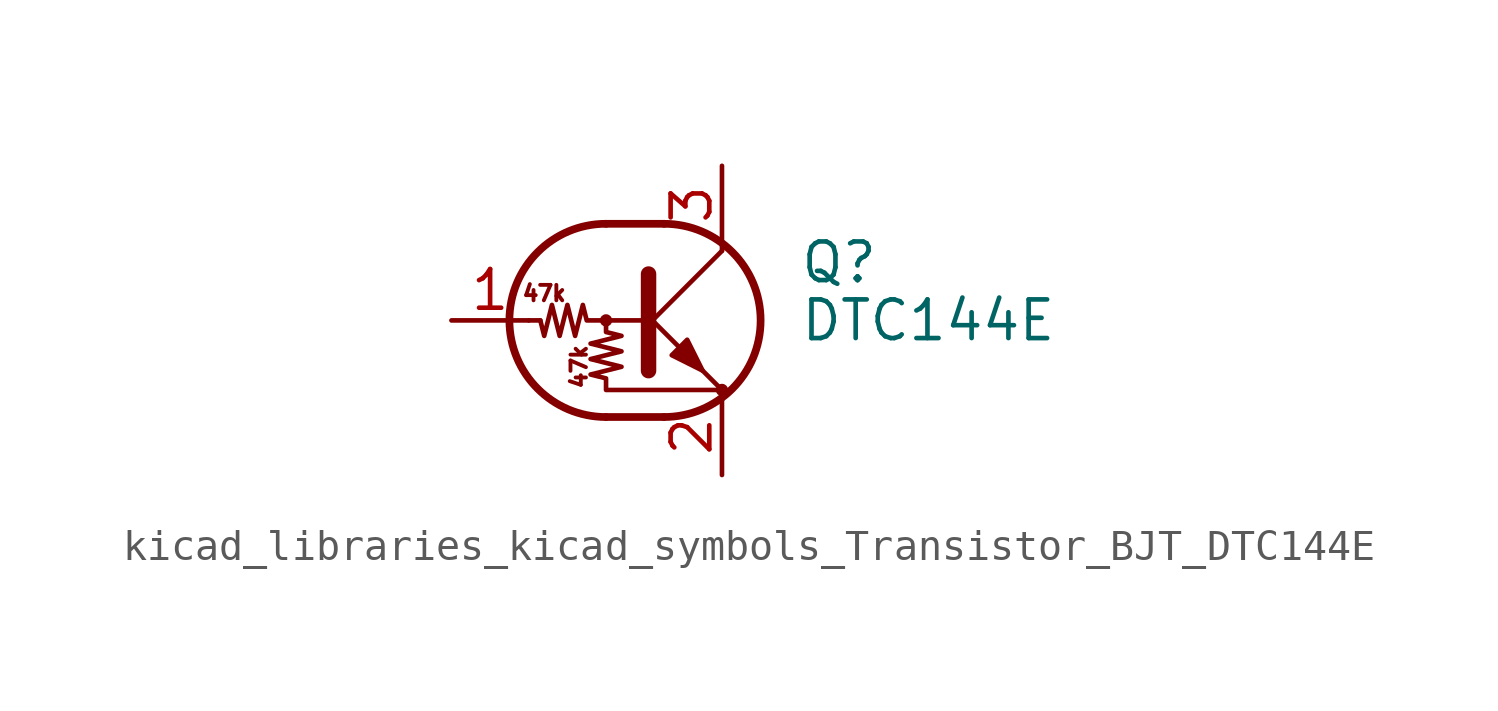
<source format=kicad_sym>
(kicad_symbol_lib
  (version 20220914)
  (generator kicad_symbol_editor)
  (symbol "kicad_libraries_kicad_symbols_Transistor_BJT_DTC144E"
    (pin_names
      (offset 0) hide)
    (property "Reference" "Q"
      (at 5.08 1.905 0)
      (effects (font (size 1.27 1.27)) (justify left)))
    (property "Value" "DTC144E"
      (at 5.08 0 0)
      (effects (font (size 1.27 1.27)) (justify left)))
    (symbol "kicad_libraries_kicad_symbols_Transistor_BJT_DTC144E_0_0"
      (text "47k" (at -3.302 0.889 0) (effects (font (size 0.508 0.508))))
      (text "47k" (at -2.159 -1.524 900) (effects (font (size 0.508 0.508)))))
    (symbol "kicad_libraries_kicad_symbols_Transistor_BJT_DTC144E_0_1"
      (circle (center -1.27 0) (radius 0.127) (stroke (width 0) (type default)) (fill (type none)))
      (arc (start -1.27 3.175) (mid -4.4312 0) (end -1.27 -3.175) (stroke (width 0.254) (type default)) (fill (type none)))
      (polyline (pts (xy -3.429 0) (xy -3.81 0)) (stroke (width 0) (type default)) (fill (type none)))
      (polyline (pts (xy -1.27 -3.175) (xy 0.635 -3.175)) (stroke (width 0.254) (type default)) (fill (type none)))
      (polyline (pts (xy -1.27 3.175) (xy 0.635 3.175)) (stroke (width 0.254) (type default)) (fill (type none)))
      (polyline (pts (xy 0 -0.254) (xy 2.54 2.286)) (stroke (width 0) (type default)) (fill (type none)))
      (polyline (pts (xy 0.127 1.524) (xy 0.127 -1.651)) (stroke (width 0.508) (type default)) (fill (type outline)))
      (polyline (pts (xy 2.54 2.286) (xy 2.54 2.54)) (stroke (width 0) (type default)) (fill (type none)))
      (polyline (pts (xy 2.54 -2.286) (xy 0 0.254) (xy 0 0.254)) (stroke (width 0) (type default)) (fill (type none)))
      (polyline (pts (xy 0.889 -1.143) (xy 1.397 -0.635) (xy 1.905 -1.651) (xy 0.889 -1.143)) (stroke (width 0) (type default)) (fill (type outline)))
      (polyline (pts (xy 0 0) (xy -1.905 0) (xy -2.032 0.508) (xy -2.286 -0.508) (xy -2.54 0.508) (xy -2.794 -0.508) (xy -3.048 0.508) (xy -3.302 -0.508) (xy -3.429 0)) (stroke (width 0) (type default)) (fill (type none)))
      (polyline (pts (xy -1.27 0) (xy -1.27 -0.381) (xy -0.762 -0.508) (xy -1.778 -0.762) (xy -0.762 -1.016) (xy -1.778 -1.27) (xy -0.762 -1.524) (xy -1.778 -1.778) (xy -1.27 -1.905) (xy -1.27 -2.286) (xy 2.54 -2.286)) (stroke (width 0) (type default)) (fill (type none)))
      (arc (start 0.635 -3.175) (mid 3.7962 0) (end 0.635 3.175) (stroke (width 0.254) (type default)) (fill (type none)))
      (circle (center 2.54 -2.286) (radius 0.127) (stroke (width 0) (type default)) (fill (type none))))
    (symbol "kicad_libraries_kicad_symbols_Transistor_BJT_DTC144E_1_1"
      (pin input line (at -6.35 0 0) (length 2.54) (name "B" (effects (font (size 1.27 1.27)))) (number "1" (effects (font (size 1.27 1.27)))))
      (pin passive line (at 2.54 -5.08 90) (length 2.54) (name "E" (effects (font (size 1.27 1.27)))) (number "2" (effects (font (size 1.27 1.27)))))
      (pin passive line (at 2.54 5.08 270) (length 2.54) (name "C" (effects (font (size 1.27 1.27)))) (number "3" (effects (font (size 1.27 1.27))))))))
</source>
